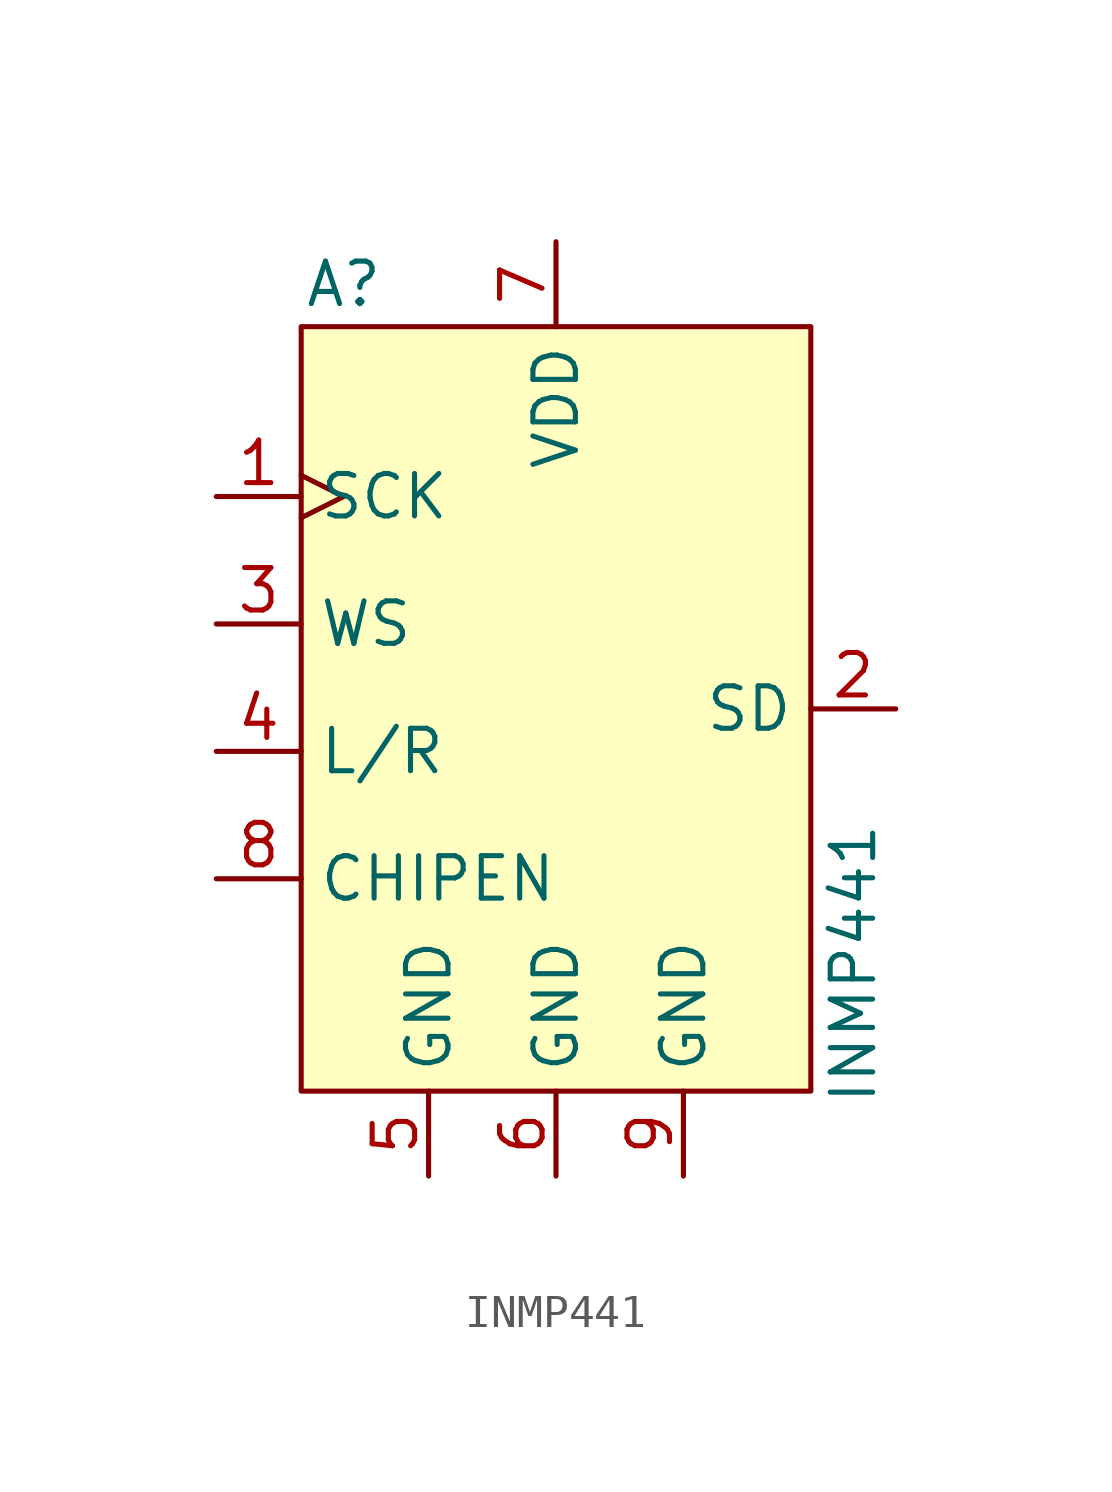
<source format=kicad_sym>
(kicad_symbol_lib
  (version 20231120)
  (generator "kicad_symbol_editor")
  (generator_version "8.0")
  (symbol "INMP441"
    (property "Reference" "A"
      (at -6.35 12.7 0)
      (effects (font (size 1.27 1.27))))
    (property "Value" "INMP441"
      (at 8.89 -7.62 90)
      (effects (font (size 1.27 1.27))))
    (symbol "INMP441_1_1"
      (rectangle (start -7.62 11.43) (end 7.62 -11.43) (stroke (width 0) (type default)) (fill (type background)))
      (pin input clock (at -10.16 6.35 0) (length 2.54) (name "SCK" (effects (font (size 1.27 1.27)))) (number "1" (effects (font (size 1.27 1.27)))))
      (pin output line (at 10.16 0 180) (length 2.54) (name "SD" (effects (font (size 1.27 1.27)))) (number "2" (effects (font (size 1.27 1.27)))))
      (pin input line (at -10.16 2.54 0) (length 2.54) (name "WS" (effects (font (size 1.27 1.27)))) (number "3" (effects (font (size 1.27 1.27)))))
      (pin input line (at -10.16 -1.27 0) (length 2.54) (name "L/R" (effects (font (size 1.27 1.27)))) (number "4" (effects (font (size 1.27 1.27)))))
      (pin power_in line (at -3.81 -13.97 90) (length 2.54) (name "GND" (effects (font (size 1.27 1.27)))) (number "5" (effects (font (size 1.27 1.27)))))
      (pin power_in line (at 0 -13.97 90) (length 2.54) (name "GND" (effects (font (size 1.27 1.27)))) (number "6" (effects (font (size 1.27 1.27)))))
      (pin power_in line (at 0 13.97 270) (length 2.54) (name "VDD" (effects (font (size 1.27 1.27)))) (number "7" (effects (font (size 1.27 1.27)))))
      (pin input line (at -10.16 -5.08 0) (length 2.54) (name "CHIPEN" (effects (font (size 1.27 1.27)))) (number "8" (effects (font (size 1.27 1.27)))))
      (pin power_in line (at 3.81 -13.97 90) (length 2.54) (name "GND" (effects (font (size 1.27 1.27)))) (number "9" (effects (font (size 1.27 1.27))))))))
</source>
